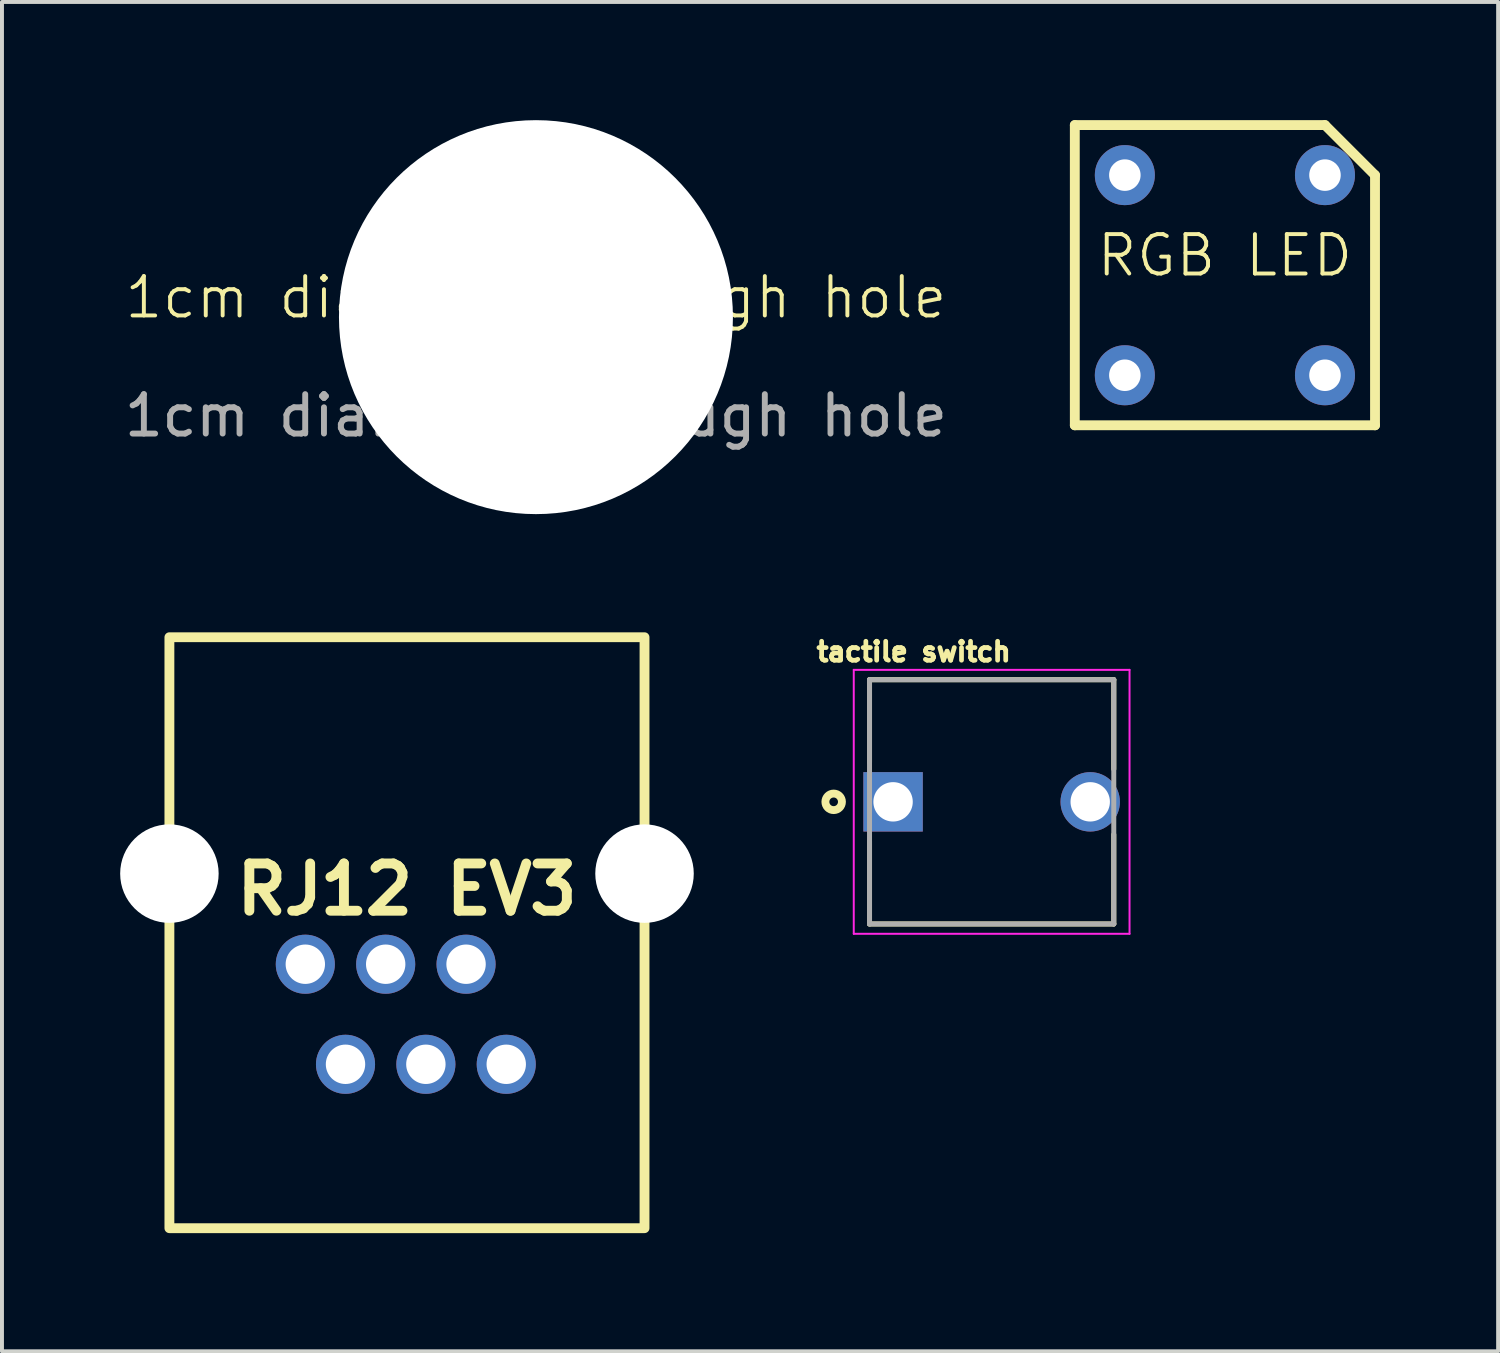
<source format=kicad_pcb>
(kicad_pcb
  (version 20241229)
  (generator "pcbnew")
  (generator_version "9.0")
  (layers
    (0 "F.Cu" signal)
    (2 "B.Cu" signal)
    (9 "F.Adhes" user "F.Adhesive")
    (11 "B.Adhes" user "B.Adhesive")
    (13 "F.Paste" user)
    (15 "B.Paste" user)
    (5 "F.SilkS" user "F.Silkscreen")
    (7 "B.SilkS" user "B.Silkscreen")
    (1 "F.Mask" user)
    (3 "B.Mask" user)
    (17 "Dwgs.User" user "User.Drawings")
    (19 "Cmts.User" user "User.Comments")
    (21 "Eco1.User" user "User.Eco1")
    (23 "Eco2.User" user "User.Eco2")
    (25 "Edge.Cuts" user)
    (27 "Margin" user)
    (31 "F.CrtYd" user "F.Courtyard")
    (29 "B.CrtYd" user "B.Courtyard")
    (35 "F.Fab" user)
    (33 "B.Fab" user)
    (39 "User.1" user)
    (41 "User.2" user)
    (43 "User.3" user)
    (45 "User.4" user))
  (footprint "1cm diameter through hole"
    (layer "F.Cu")
    (at 10.554 5)
    (property "Reference" "1cm diameter through hole" (at 0 -0.5 0) (unlocked yes) (layer "F.SilkS") (effects (font (size 1 1) (thickness 0.1))))
    (attr through_hole)
    (fp_text user "${REFERENCE}" (at 0 2.5 0) (unlocked yes) (layer "F.Fab") (effects (font (size 1 1) (thickness 0.15))))
    (pad "" np_thru_hole circle (at 0 0) (size 10 10) (drill 10) (layers "*.Cu" "*.Mask")))
  (footprint "tactile switch"
    (layer "F.Cu")
    (at 22.121 17.303)
    (property "Reference" "tactile switch" (at -1.979 -3.811 0) (layer "F.SilkS") (effects (font (size 0.481 0.481) (thickness 0.15))))
    (attr through_hole)
    (fp_line (start -3.1 -3.1) (end 3.1 -3.1) (stroke (width 0.127) (type solid)) (layer "F.SilkS"))
    (fp_line (start -3.1 -1) (end -3.1 -3.1) (stroke (width 0.127) (type solid)) (layer "F.SilkS"))
    (fp_line (start -3.1 3.1) (end -3.1 1) (stroke (width 0.127) (type solid)) (layer "F.SilkS"))
    (fp_line (start 3.1 -3.1) (end 3.1 -0.83) (stroke (width 0.127) (type solid)) (layer "F.SilkS"))
    (fp_line (start 3.1 0.83) (end 3.1 3.1) (stroke (width 0.127) (type solid)) (layer "F.SilkS"))
    (fp_line (start 3.1 3.1) (end -3.1 3.1) (stroke (width 0.127) (type solid)) (layer "F.SilkS"))
    (fp_circle (center -4.01 0) (end -3.8 0) (stroke (width 0.2) (type solid)) (fill no) (layer "F.SilkS"))
    (fp_line (start -3.5 -3.35) (end 3.5 -3.35) (stroke (width 0.05) (type solid)) (layer "F.CrtYd"))
    (fp_line (start -3.5 3.35) (end -3.5 -3.35) (stroke (width 0.05) (type solid)) (layer "F.CrtYd"))
    (fp_line (start 3.5 -3.35) (end 3.5 3.35) (stroke (width 0.05) (type solid)) (layer "F.CrtYd"))
    (fp_line (start 3.5 3.35) (end -3.5 3.35) (stroke (width 0.05) (type solid)) (layer "F.CrtYd"))
    (fp_line (start -3.1 -3.1) (end 3.1 -3.1) (stroke (width 0.127) (type solid)) (layer "F.Fab"))
    (fp_line (start -3.1 3.1) (end -3.1 -3.1) (stroke (width 0.127) (type solid)) (layer "F.Fab"))
    (fp_line (start 3.1 -3.1) (end 3.1 3.1) (stroke (width 0.127) (type solid)) (layer "F.Fab"))
    (fp_line (start 3.1 3.1) (end -3.1 3.1) (stroke (width 0.127) (type solid)) (layer "F.Fab"))
    (pad "1" thru_hole rect (at -2.502 0) (size 1.508 1.508) (drill 1) (layers "*.Cu" "*.Mask"))
    (pad "2" thru_hole circle (at 2.502 0) (size 1.508 1.508) (drill 1) (layers "*.Cu" "*.Mask")))
  (footprint "RGB LED"
    (layer "F.Cu")
    (at 28.042 3.935)
    (property "Reference" "RGB LED" (at 0 -0.5 0) (unlocked yes) (layer "F.SilkS") (effects (font (size 1 1) (thickness 0.1))))
    (attr through_hole)
    (fp_line (start -3.81 -3.81) (end 2.54 -3.81) (stroke (width 0.25) (type default)) (layer "F.SilkS"))
    (fp_line (start -3.81 3.81) (end -3.81 -3.81) (stroke (width 0.25) (type default)) (layer "F.SilkS"))
    (fp_line (start 2.54 -3.81) (end 3.81 -2.54) (stroke (width 0.25) (type default)) (layer "F.SilkS"))
    (fp_line (start 3.81 -2.54) (end 3.81 3.81) (stroke (width 0.25) (type default)) (layer "F.SilkS"))
    (fp_line (start 3.81 3.81) (end -3.81 3.81) (stroke (width 0.25) (type default)) (layer "F.SilkS"))
    (pad "1" thru_hole circle (at 2.54 2.54) (size 1.524 1.524) (drill 0.8) (layers "*.Cu" "*.Mask"))
    (pad "2" thru_hole circle (at -2.54 2.54) (size 1.524 1.524) (drill 0.8) (layers "*.Cu" "*.Mask"))
    (pad "3" thru_hole circle (at -2.54 -2.54) (size 1.524 1.524) (drill 0.8) (layers "*.Cu" "*.Mask"))
    (pad "4" thru_hole circle (at 2.54 -2.54) (size 1.524 1.524) (drill 0.8) (layers "*.Cu" "*.Mask")))
  (footprint "RJ12 EV3"
    (layer "F.Cu")
    (at 7.28 20.125)
    (property "Reference" "RJ12 EV3" (at 0 -0.6 0) (unlocked yes) (layer "F.SilkS") (effects (font (size 1.2 1.2) (thickness 0.25))))
    (attr through_hole)
    (fp_rect (start -6.03 -7) (end 6.03 8) (stroke (width 0.25) (type solid)) (fill no) (layer "F.SilkS"))
    (pad "" np_thru_hole circle (at -6.03 -1) (size 2.5 2.5) (drill 2.5) (layers "*.Cu"))
    (pad "" np_thru_hole circle (at 6.03 -1) (size 2.5 2.5) (drill 2.5) (layers "*.Cu" "*.Mask"))
    (pad "1" thru_hole circle (at 2.52 3.84) (size 1.5 1.5) (drill 1) (layers "*.Cu" "*.Paste" "*.Mask"))
    (pad "2" thru_hole circle (at 1.5 1.3) (size 1.5 1.5) (drill 1) (layers "*.Cu" "*.Paste" "*.Mask"))
    (pad "3" thru_hole circle (at 0.48 3.84) (size 1.5 1.5) (drill 1) (layers "*.Cu" "*.Paste" "*.Mask"))
    (pad "4" thru_hole circle (at -0.54 1.3) (size 1.5 1.5) (drill 1) (layers "*.Cu" "*.Paste" "*.Mask"))
    (pad "5" thru_hole circle (at -1.56 3.84) (size 1.5 1.5) (drill 1) (layers "*.Cu" "*.Paste" "*.Mask"))
    (pad "6" thru_hole circle (at -2.58 1.3) (size 1.5 1.5) (drill 1) (layers "*.Cu" "*.Paste" "*.Mask")))
  (gr_rect
    (start -3 -3)
    (end 34.977 31.25)
    (stroke (width 0.1) (type default))
    (fill no)
    (layer "Edge.Cuts")))
</source>
